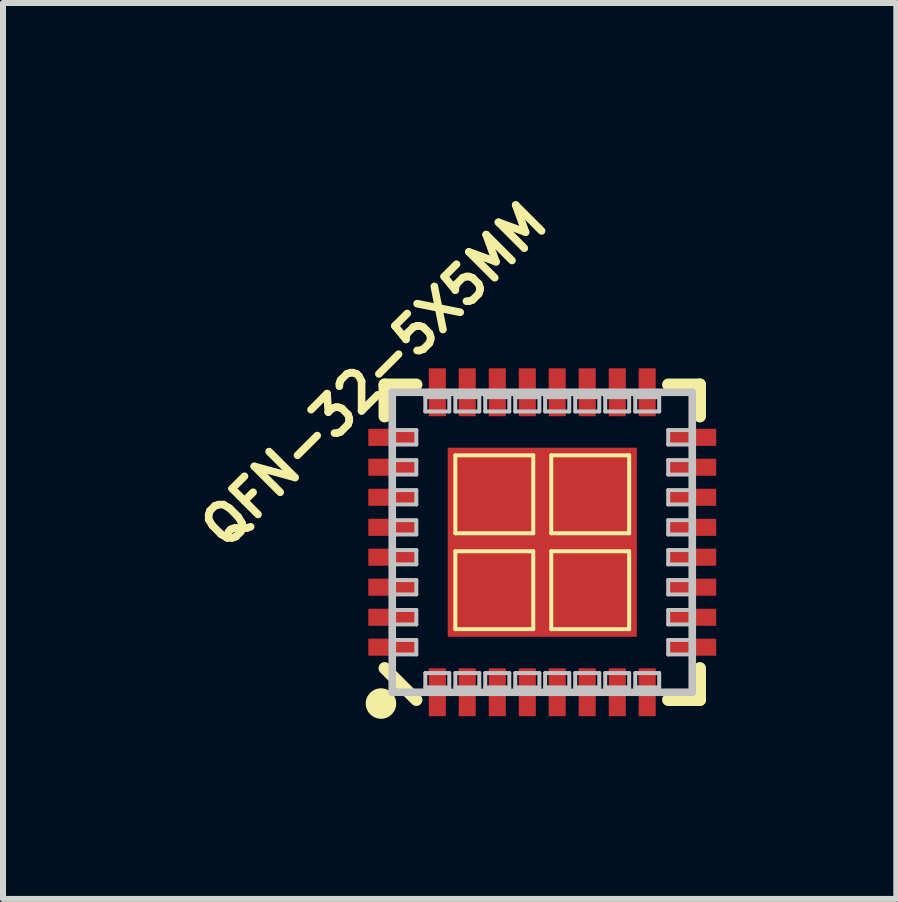
<source format=kicad_pcb>
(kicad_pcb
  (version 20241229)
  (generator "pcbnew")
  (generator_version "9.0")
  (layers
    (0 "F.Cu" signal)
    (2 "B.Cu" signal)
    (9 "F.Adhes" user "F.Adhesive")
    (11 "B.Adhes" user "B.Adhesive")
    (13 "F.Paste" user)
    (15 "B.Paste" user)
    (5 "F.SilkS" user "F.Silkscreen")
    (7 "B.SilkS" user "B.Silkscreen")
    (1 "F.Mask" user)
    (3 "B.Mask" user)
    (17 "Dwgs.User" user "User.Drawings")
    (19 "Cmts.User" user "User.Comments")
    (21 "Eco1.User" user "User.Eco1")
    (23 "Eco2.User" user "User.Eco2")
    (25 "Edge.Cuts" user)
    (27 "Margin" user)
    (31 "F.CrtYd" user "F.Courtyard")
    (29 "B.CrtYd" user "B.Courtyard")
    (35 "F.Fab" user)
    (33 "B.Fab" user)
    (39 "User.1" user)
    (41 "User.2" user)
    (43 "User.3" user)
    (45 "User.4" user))
  (footprint "QFN-32-5X5MM"
    (layer "F.Cu")
    (at 5.984 5.984)
    (property "Reference" "QFN-32-5X5MM" (at -2.794 -2.794 45) (layer "F.SilkS") (effects (font (size 0.61 0.61) (thickness 0.127))))
    (attr smd)
    (fp_line (start -2.626 -2.626) (end -2.098 -2.626) (stroke (width 0.203) (type solid)) (layer "F.SilkS"))
    (fp_line (start -2.626 -2.098) (end -2.626 -2.626) (stroke (width 0.203) (type solid)) (layer "F.SilkS"))
    (fp_line (start -2.626 2.098) (end -2.098 2.626) (stroke (width 0.203) (type solid)) (layer "F.SilkS"))
    (fp_line (start -1.448 -1.448) (end -0.15 -1.448) (stroke (width 0.066) (type solid)) (layer "F.SilkS"))
    (fp_line (start -1.448 -0.15) (end -1.448 -1.448) (stroke (width 0.066) (type solid)) (layer "F.SilkS"))
    (fp_line (start -1.448 -0.15) (end -0.15 -0.15) (stroke (width 0.066) (type solid)) (layer "F.SilkS"))
    (fp_line (start -1.448 0.15) (end -0.15 0.15) (stroke (width 0.066) (type solid)) (layer "F.SilkS"))
    (fp_line (start -1.448 1.448) (end -1.448 0.15) (stroke (width 0.066) (type solid)) (layer "F.SilkS"))
    (fp_line (start -1.448 1.448) (end -0.15 1.448) (stroke (width 0.066) (type solid)) (layer "F.SilkS"))
    (fp_line (start -0.15 -0.15) (end -0.15 -1.448) (stroke (width 0.066) (type solid)) (layer "F.SilkS"))
    (fp_line (start -0.15 1.448) (end -0.15 0.15) (stroke (width 0.066) (type solid)) (layer "F.SilkS"))
    (fp_line (start 0.15 -1.448) (end 1.448 -1.448) (stroke (width 0.066) (type solid)) (layer "F.SilkS"))
    (fp_line (start 0.15 -0.15) (end 0.15 -1.448) (stroke (width 0.066) (type solid)) (layer "F.SilkS"))
    (fp_line (start 0.15 -0.15) (end 1.448 -0.15) (stroke (width 0.066) (type solid)) (layer "F.SilkS"))
    (fp_line (start 0.15 0.15) (end 1.448 0.15) (stroke (width 0.066) (type solid)) (layer "F.SilkS"))
    (fp_line (start 0.15 1.448) (end 0.15 0.15) (stroke (width 0.066) (type solid)) (layer "F.SilkS"))
    (fp_line (start 0.15 1.448) (end 1.448 1.448) (stroke (width 0.066) (type solid)) (layer "F.SilkS"))
    (fp_line (start 1.448 -0.15) (end 1.448 -1.448) (stroke (width 0.066) (type solid)) (layer "F.SilkS"))
    (fp_line (start 1.448 1.448) (end 1.448 0.15) (stroke (width 0.066) (type solid)) (layer "F.SilkS"))
    (fp_line (start 2.098 -2.626) (end 2.626 -2.626) (stroke (width 0.203) (type solid)) (layer "F.SilkS"))
    (fp_line (start 2.626 -2.626) (end 2.626 -2.098) (stroke (width 0.203) (type solid)) (layer "F.SilkS"))
    (fp_line (start 2.626 2.098) (end 2.626 2.626) (stroke (width 0.203) (type solid)) (layer "F.SilkS"))
    (fp_line (start 2.626 2.626) (end 2.098 2.626) (stroke (width 0.203) (type solid)) (layer "F.SilkS"))
    (fp_circle (center -2.687 2.687) (end -2.687 2.433) (stroke (width 0) (type solid)) (fill yes) (layer "F.SilkS"))
    (fp_line (start -2.499 -2.499) (end -2.499 2.499) (stroke (width 0.127) (type solid)) (layer "Dwgs.User"))
    (fp_line (start -2.499 -1.869) (end -2.098 -1.869) (stroke (width 0.066) (type solid)) (layer "Dwgs.User"))
    (fp_line (start -2.499 -1.628) (end -2.499 -1.869) (stroke (width 0.066) (type solid)) (layer "Dwgs.User"))
    (fp_line (start -2.499 -1.628) (end -2.098 -1.628) (stroke (width 0.066) (type solid)) (layer "Dwgs.User"))
    (fp_line (start -2.499 -1.369) (end -2.098 -1.369) (stroke (width 0.066) (type solid)) (layer "Dwgs.User"))
    (fp_line (start -2.499 -1.128) (end -2.499 -1.369) (stroke (width 0.066) (type solid)) (layer "Dwgs.User"))
    (fp_line (start -2.499 -1.128) (end -2.098 -1.128) (stroke (width 0.066) (type solid)) (layer "Dwgs.User"))
    (fp_line (start -2.499 -0.869) (end -2.098 -0.869) (stroke (width 0.066) (type solid)) (layer "Dwgs.User"))
    (fp_line (start -2.499 -0.63) (end -2.499 -0.869) (stroke (width 0.066) (type solid)) (layer "Dwgs.User"))
    (fp_line (start -2.499 -0.63) (end -2.098 -0.63) (stroke (width 0.066) (type solid)) (layer "Dwgs.User"))
    (fp_line (start -2.499 -0.368) (end -2.098 -0.368) (stroke (width 0.066) (type solid)) (layer "Dwgs.User"))
    (fp_line (start -2.499 -0.13) (end -2.499 -0.368) (stroke (width 0.066) (type solid)) (layer "Dwgs.User"))
    (fp_line (start -2.499 -0.13) (end -2.098 -0.13) (stroke (width 0.066) (type solid)) (layer "Dwgs.User"))
    (fp_line (start -2.499 0.13) (end -2.098 0.13) (stroke (width 0.066) (type solid)) (layer "Dwgs.User"))
    (fp_line (start -2.499 0.368) (end -2.499 0.13) (stroke (width 0.066) (type solid)) (layer "Dwgs.User"))
    (fp_line (start -2.499 0.368) (end -2.098 0.368) (stroke (width 0.066) (type solid)) (layer "Dwgs.User"))
    (fp_line (start -2.499 0.63) (end -2.098 0.63) (stroke (width 0.066) (type solid)) (layer "Dwgs.User"))
    (fp_line (start -2.499 0.869) (end -2.499 0.63) (stroke (width 0.066) (type solid)) (layer "Dwgs.User"))
    (fp_line (start -2.499 0.869) (end -2.098 0.869) (stroke (width 0.066) (type solid)) (layer "Dwgs.User"))
    (fp_line (start -2.499 1.128) (end -2.098 1.128) (stroke (width 0.066) (type solid)) (layer "Dwgs.User"))
    (fp_line (start -2.499 1.369) (end -2.499 1.128) (stroke (width 0.066) (type solid)) (layer "Dwgs.User"))
    (fp_line (start -2.499 1.369) (end -2.098 1.369) (stroke (width 0.066) (type solid)) (layer "Dwgs.User"))
    (fp_line (start -2.499 1.628) (end -2.098 1.628) (stroke (width 0.066) (type solid)) (layer "Dwgs.User"))
    (fp_line (start -2.499 1.869) (end -2.499 1.628) (stroke (width 0.066) (type solid)) (layer "Dwgs.User"))
    (fp_line (start -2.499 1.869) (end -2.098 1.869) (stroke (width 0.066) (type solid)) (layer "Dwgs.User"))
    (fp_line (start -2.499 2.499) (end 2.499 2.499) (stroke (width 0.127) (type solid)) (layer "Dwgs.User"))
    (fp_line (start -2.098 -1.628) (end -2.098 -1.869) (stroke (width 0.066) (type solid)) (layer "Dwgs.User"))
    (fp_line (start -2.098 -1.128) (end -2.098 -1.369) (stroke (width 0.066) (type solid)) (layer "Dwgs.User"))
    (fp_line (start -2.098 -0.63) (end -2.098 -0.869) (stroke (width 0.066) (type solid)) (layer "Dwgs.User"))
    (fp_line (start -2.098 -0.13) (end -2.098 -0.368) (stroke (width 0.066) (type solid)) (layer "Dwgs.User"))
    (fp_line (start -2.098 0.368) (end -2.098 0.13) (stroke (width 0.066) (type solid)) (layer "Dwgs.User"))
    (fp_line (start -2.098 0.869) (end -2.098 0.63) (stroke (width 0.066) (type solid)) (layer "Dwgs.User"))
    (fp_line (start -2.098 1.369) (end -2.098 1.128) (stroke (width 0.066) (type solid)) (layer "Dwgs.User"))
    (fp_line (start -2.098 1.869) (end -2.098 1.628) (stroke (width 0.066) (type solid)) (layer "Dwgs.User"))
    (fp_line (start -1.948 -2.418) (end -1.549 -2.418) (stroke (width 0.066) (type solid)) (layer "Dwgs.User"))
    (fp_line (start -1.948 -2.179) (end -1.948 -2.418) (stroke (width 0.066) (type solid)) (layer "Dwgs.User"))
    (fp_line (start -1.948 -2.179) (end -1.549 -2.179) (stroke (width 0.066) (type solid)) (layer "Dwgs.User"))
    (fp_line (start -1.948 2.179) (end -1.549 2.179) (stroke (width 0.066) (type solid)) (layer "Dwgs.User"))
    (fp_line (start -1.948 2.418) (end -1.948 2.179) (stroke (width 0.066) (type solid)) (layer "Dwgs.User"))
    (fp_line (start -1.948 2.418) (end -1.549 2.418) (stroke (width 0.066) (type solid)) (layer "Dwgs.User"))
    (fp_line (start -1.549 -2.179) (end -1.549 -2.418) (stroke (width 0.066) (type solid)) (layer "Dwgs.User"))
    (fp_line (start -1.549 2.418) (end -1.549 2.179) (stroke (width 0.066) (type solid)) (layer "Dwgs.User"))
    (fp_line (start -1.448 -2.418) (end -1.049 -2.418) (stroke (width 0.066) (type solid)) (layer "Dwgs.User"))
    (fp_line (start -1.448 -2.179) (end -1.448 -2.418) (stroke (width 0.066) (type solid)) (layer "Dwgs.User"))
    (fp_line (start -1.448 -2.179) (end -1.049 -2.179) (stroke (width 0.066) (type solid)) (layer "Dwgs.User"))
    (fp_line (start -1.448 2.179) (end -1.049 2.179) (stroke (width 0.066) (type solid)) (layer "Dwgs.User"))
    (fp_line (start -1.448 2.418) (end -1.448 2.179) (stroke (width 0.066) (type solid)) (layer "Dwgs.User"))
    (fp_line (start -1.448 2.418) (end -1.049 2.418) (stroke (width 0.066) (type solid)) (layer "Dwgs.User"))
    (fp_line (start -1.049 -2.179) (end -1.049 -2.418) (stroke (width 0.066) (type solid)) (layer "Dwgs.User"))
    (fp_line (start -1.049 2.418) (end -1.049 2.179) (stroke (width 0.066) (type solid)) (layer "Dwgs.User"))
    (fp_line (start -0.95 -2.418) (end -0.549 -2.418) (stroke (width 0.066) (type solid)) (layer "Dwgs.User"))
    (fp_line (start -0.95 -2.179) (end -0.95 -2.418) (stroke (width 0.066) (type solid)) (layer "Dwgs.User"))
    (fp_line (start -0.95 -2.179) (end -0.549 -2.179) (stroke (width 0.066) (type solid)) (layer "Dwgs.User"))
    (fp_line (start -0.95 2.179) (end -0.549 2.179) (stroke (width 0.066) (type solid)) (layer "Dwgs.User"))
    (fp_line (start -0.95 2.418) (end -0.95 2.179) (stroke (width 0.066) (type solid)) (layer "Dwgs.User"))
    (fp_line (start -0.95 2.418) (end -0.549 2.418) (stroke (width 0.066) (type solid)) (layer "Dwgs.User"))
    (fp_line (start -0.549 -2.179) (end -0.549 -2.418) (stroke (width 0.066) (type solid)) (layer "Dwgs.User"))
    (fp_line (start -0.549 2.418) (end -0.549 2.179) (stroke (width 0.066) (type solid)) (layer "Dwgs.User"))
    (fp_line (start -0.45 -2.418) (end -0.048 -2.418) (stroke (width 0.066) (type solid)) (layer "Dwgs.User"))
    (fp_line (start -0.45 -2.179) (end -0.45 -2.418) (stroke (width 0.066) (type solid)) (layer "Dwgs.User"))
    (fp_line (start -0.45 -2.179) (end -0.048 -2.179) (stroke (width 0.066) (type solid)) (layer "Dwgs.User"))
    (fp_line (start -0.45 2.179) (end -0.048 2.179) (stroke (width 0.066) (type solid)) (layer "Dwgs.User"))
    (fp_line (start -0.45 2.418) (end -0.45 2.179) (stroke (width 0.066) (type solid)) (layer "Dwgs.User"))
    (fp_line (start -0.45 2.418) (end -0.048 2.418) (stroke (width 0.066) (type solid)) (layer "Dwgs.User"))
    (fp_line (start -0.048 -2.179) (end -0.048 -2.418) (stroke (width 0.066) (type solid)) (layer "Dwgs.User"))
    (fp_line (start -0.048 2.418) (end -0.048 2.179) (stroke (width 0.066) (type solid)) (layer "Dwgs.User"))
    (fp_line (start 0.048 -2.418) (end 0.45 -2.418) (stroke (width 0.066) (type solid)) (layer "Dwgs.User"))
    (fp_line (start 0.048 -2.179) (end 0.048 -2.418) (stroke (width 0.066) (type solid)) (layer "Dwgs.User"))
    (fp_line (start 0.048 -2.179) (end 0.45 -2.179) (stroke (width 0.066) (type solid)) (layer "Dwgs.User"))
    (fp_line (start 0.048 2.179) (end 0.45 2.179) (stroke (width 0.066) (type solid)) (layer "Dwgs.User"))
    (fp_line (start 0.048 2.418) (end 0.048 2.179) (stroke (width 0.066) (type solid)) (layer "Dwgs.User"))
    (fp_line (start 0.048 2.418) (end 0.45 2.418) (stroke (width 0.066) (type solid)) (layer "Dwgs.User"))
    (fp_line (start 0.45 -2.179) (end 0.45 -2.418) (stroke (width 0.066) (type solid)) (layer "Dwgs.User"))
    (fp_line (start 0.45 2.418) (end 0.45 2.179) (stroke (width 0.066) (type solid)) (layer "Dwgs.User"))
    (fp_line (start 0.549 -2.418) (end 0.95 -2.418) (stroke (width 0.066) (type solid)) (layer "Dwgs.User"))
    (fp_line (start 0.549 -2.179) (end 0.549 -2.418) (stroke (width 0.066) (type solid)) (layer "Dwgs.User"))
    (fp_line (start 0.549 -2.179) (end 0.95 -2.179) (stroke (width 0.066) (type solid)) (layer "Dwgs.User"))
    (fp_line (start 0.549 2.179) (end 0.95 2.179) (stroke (width 0.066) (type solid)) (layer "Dwgs.User"))
    (fp_line (start 0.549 2.418) (end 0.549 2.179) (stroke (width 0.066) (type solid)) (layer "Dwgs.User"))
    (fp_line (start 0.549 2.418) (end 0.95 2.418) (stroke (width 0.066) (type solid)) (layer "Dwgs.User"))
    (fp_line (start 0.95 -2.179) (end 0.95 -2.418) (stroke (width 0.066) (type solid)) (layer "Dwgs.User"))
    (fp_line (start 0.95 2.418) (end 0.95 2.179) (stroke (width 0.066) (type solid)) (layer "Dwgs.User"))
    (fp_line (start 1.049 -2.418) (end 1.448 -2.418) (stroke (width 0.066) (type solid)) (layer "Dwgs.User"))
    (fp_line (start 1.049 -2.179) (end 1.049 -2.418) (stroke (width 0.066) (type solid)) (layer "Dwgs.User"))
    (fp_line (start 1.049 -2.179) (end 1.448 -2.179) (stroke (width 0.066) (type solid)) (layer "Dwgs.User"))
    (fp_line (start 1.049 2.179) (end 1.448 2.179) (stroke (width 0.066) (type solid)) (layer "Dwgs.User"))
    (fp_line (start 1.049 2.418) (end 1.049 2.179) (stroke (width 0.066) (type solid)) (layer "Dwgs.User"))
    (fp_line (start 1.049 2.418) (end 1.448 2.418) (stroke (width 0.066) (type solid)) (layer "Dwgs.User"))
    (fp_line (start 1.448 -2.179) (end 1.448 -2.418) (stroke (width 0.066) (type solid)) (layer "Dwgs.User"))
    (fp_line (start 1.448 2.418) (end 1.448 2.179) (stroke (width 0.066) (type solid)) (layer "Dwgs.User"))
    (fp_line (start 1.549 -2.418) (end 1.948 -2.418) (stroke (width 0.066) (type solid)) (layer "Dwgs.User"))
    (fp_line (start 1.549 -2.179) (end 1.549 -2.418) (stroke (width 0.066) (type solid)) (layer "Dwgs.User"))
    (fp_line (start 1.549 -2.179) (end 1.948 -2.179) (stroke (width 0.066) (type solid)) (layer "Dwgs.User"))
    (fp_line (start 1.549 2.179) (end 1.948 2.179) (stroke (width 0.066) (type solid)) (layer "Dwgs.User"))
    (fp_line (start 1.549 2.418) (end 1.549 2.179) (stroke (width 0.066) (type solid)) (layer "Dwgs.User"))
    (fp_line (start 1.549 2.418) (end 1.948 2.418) (stroke (width 0.066) (type solid)) (layer "Dwgs.User"))
    (fp_line (start 1.948 -2.179) (end 1.948 -2.418) (stroke (width 0.066) (type solid)) (layer "Dwgs.User"))
    (fp_line (start 1.948 2.418) (end 1.948 2.179) (stroke (width 0.066) (type solid)) (layer "Dwgs.User"))
    (fp_line (start 2.098 -1.869) (end 2.499 -1.869) (stroke (width 0.066) (type solid)) (layer "Dwgs.User"))
    (fp_line (start 2.098 -1.628) (end 2.098 -1.869) (stroke (width 0.066) (type solid)) (layer "Dwgs.User"))
    (fp_line (start 2.098 -1.628) (end 2.499 -1.628) (stroke (width 0.066) (type solid)) (layer "Dwgs.User"))
    (fp_line (start 2.098 -1.369) (end 2.499 -1.369) (stroke (width 0.066) (type solid)) (layer "Dwgs.User"))
    (fp_line (start 2.098 -1.128) (end 2.098 -1.369) (stroke (width 0.066) (type solid)) (layer "Dwgs.User"))
    (fp_line (start 2.098 -1.128) (end 2.499 -1.128) (stroke (width 0.066) (type solid)) (layer "Dwgs.User"))
    (fp_line (start 2.098 -0.869) (end 2.499 -0.869) (stroke (width 0.066) (type solid)) (layer "Dwgs.User"))
    (fp_line (start 2.098 -0.63) (end 2.098 -0.869) (stroke (width 0.066) (type solid)) (layer "Dwgs.User"))
    (fp_line (start 2.098 -0.63) (end 2.499 -0.63) (stroke (width 0.066) (type solid)) (layer "Dwgs.User"))
    (fp_line (start 2.098 -0.368) (end 2.499 -0.368) (stroke (width 0.066) (type solid)) (layer "Dwgs.User"))
    (fp_line (start 2.098 -0.13) (end 2.098 -0.368) (stroke (width 0.066) (type solid)) (layer "Dwgs.User"))
    (fp_line (start 2.098 -0.13) (end 2.499 -0.13) (stroke (width 0.066) (type solid)) (layer "Dwgs.User"))
    (fp_line (start 2.098 0.13) (end 2.499 0.13) (stroke (width 0.066) (type solid)) (layer "Dwgs.User"))
    (fp_line (start 2.098 0.368) (end 2.098 0.13) (stroke (width 0.066) (type solid)) (layer "Dwgs.User"))
    (fp_line (start 2.098 0.368) (end 2.499 0.368) (stroke (width 0.066) (type solid)) (layer "Dwgs.User"))
    (fp_line (start 2.098 0.63) (end 2.499 0.63) (stroke (width 0.066) (type solid)) (layer "Dwgs.User"))
    (fp_line (start 2.098 0.869) (end 2.098 0.63) (stroke (width 0.066) (type solid)) (layer "Dwgs.User"))
    (fp_line (start 2.098 0.869) (end 2.499 0.869) (stroke (width 0.066) (type solid)) (layer "Dwgs.User"))
    (fp_line (start 2.098 1.128) (end 2.499 1.128) (stroke (width 0.066) (type solid)) (layer "Dwgs.User"))
    (fp_line (start 2.098 1.369) (end 2.098 1.128) (stroke (width 0.066) (type solid)) (layer "Dwgs.User"))
    (fp_line (start 2.098 1.369) (end 2.499 1.369) (stroke (width 0.066) (type solid)) (layer "Dwgs.User"))
    (fp_line (start 2.098 1.628) (end 2.499 1.628) (stroke (width 0.066) (type solid)) (layer "Dwgs.User"))
    (fp_line (start 2.098 1.869) (end 2.098 1.628) (stroke (width 0.066) (type solid)) (layer "Dwgs.User"))
    (fp_line (start 2.098 1.869) (end 2.499 1.869) (stroke (width 0.066) (type solid)) (layer "Dwgs.User"))
    (fp_line (start 2.499 -2.499) (end -2.499 -2.499) (stroke (width 0.127) (type solid)) (layer "Dwgs.User"))
    (fp_line (start 2.499 -1.628) (end 2.499 -1.869) (stroke (width 0.066) (type solid)) (layer "Dwgs.User"))
    (fp_line (start 2.499 -1.128) (end 2.499 -1.369) (stroke (width 0.066) (type solid)) (layer "Dwgs.User"))
    (fp_line (start 2.499 -0.63) (end 2.499 -0.869) (stroke (width 0.066) (type solid)) (layer "Dwgs.User"))
    (fp_line (start 2.499 -0.13) (end 2.499 -0.368) (stroke (width 0.066) (type solid)) (layer "Dwgs.User"))
    (fp_line (start 2.499 0.368) (end 2.499 0.13) (stroke (width 0.066) (type solid)) (layer "Dwgs.User"))
    (fp_line (start 2.499 0.869) (end 2.499 0.63) (stroke (width 0.066) (type solid)) (layer "Dwgs.User"))
    (fp_line (start 2.499 1.369) (end 2.499 1.128) (stroke (width 0.066) (type solid)) (layer "Dwgs.User"))
    (fp_line (start 2.499 1.869) (end 2.499 1.628) (stroke (width 0.066) (type solid)) (layer "Dwgs.User"))
    (fp_line (start 2.499 2.499) (end 2.499 -2.499) (stroke (width 0.127) (type solid)) (layer "Dwgs.User"))
    (pad "1" smd rect (at -1.748 2.499 90) (size 0.798 0.284) (layers "F.Cu" "F.Mask" "F.Paste"))
    (pad "2" smd rect (at -1.25 2.499 90) (size 0.798 0.284) (layers "F.Cu" "F.Mask" "F.Paste"))
    (pad "3" smd rect (at -0.749 2.499 90) (size 0.798 0.284) (layers "F.Cu" "F.Mask" "F.Paste"))
    (pad "4" smd rect (at -0.249 2.499 90) (size 0.798 0.284) (layers "F.Cu" "F.Mask" "F.Paste"))
    (pad "5" smd rect (at 0.249 2.499 90) (size 0.798 0.284) (layers "F.Cu" "F.Mask" "F.Paste"))
    (pad "6" smd rect (at 0.749 2.499 90) (size 0.798 0.284) (layers "F.Cu" "F.Mask" "F.Paste"))
    (pad "7" smd rect (at 1.25 2.499 90) (size 0.798 0.284) (layers "F.Cu" "F.Mask" "F.Paste"))
    (pad "8" smd rect (at 1.748 2.499 90) (size 0.798 0.284) (layers "F.Cu" "F.Mask" "F.Paste"))
    (pad "9" smd rect (at 2.499 1.748 180) (size 0.798 0.284) (layers "F.Cu" "F.Mask" "F.Paste"))
    (pad "10" smd rect (at 2.499 1.25 180) (size 0.798 0.284) (layers "F.Cu" "F.Mask" "F.Paste"))
    (pad "11" smd rect (at 2.499 0.749 180) (size 0.798 0.284) (layers "F.Cu" "F.Mask" "F.Paste"))
    (pad "12" smd rect (at 2.499 0.249 180) (size 0.798 0.284) (layers "F.Cu" "F.Mask" "F.Paste"))
    (pad "13" smd rect (at 2.499 -0.249 180) (size 0.798 0.284) (layers "F.Cu" "F.Mask" "F.Paste"))
    (pad "14" smd rect (at 2.499 -0.749 180) (size 0.798 0.284) (layers "F.Cu" "F.Mask" "F.Paste"))
    (pad "15" smd rect (at 2.499 -1.25 180) (size 0.798 0.284) (layers "F.Cu" "F.Mask" "F.Paste"))
    (pad "16" smd rect (at 2.499 -1.748 180) (size 0.798 0.284) (layers "F.Cu" "F.Mask" "F.Paste"))
    (pad "17" smd rect (at 1.748 -2.499 270) (size 0.798 0.284) (layers "F.Cu" "F.Mask" "F.Paste"))
    (pad "18" smd rect (at 1.25 -2.499 270) (size 0.798 0.284) (layers "F.Cu" "F.Mask" "F.Paste"))
    (pad "19" smd rect (at 0.749 -2.499 270) (size 0.798 0.284) (layers "F.Cu" "F.Mask" "F.Paste"))
    (pad "20" smd rect (at 0.249 -2.499 270) (size 0.798 0.284) (layers "F.Cu" "F.Mask" "F.Paste"))
    (pad "21" smd rect (at -0.249 -2.499 270) (size 0.798 0.284) (layers "F.Cu" "F.Mask" "F.Paste"))
    (pad "22" smd rect (at -0.749 -2.499 270) (size 0.798 0.284) (layers "F.Cu" "F.Mask" "F.Paste"))
    (pad "23" smd rect (at -1.25 -2.499 270) (size 0.798 0.284) (layers "F.Cu" "F.Mask" "F.Paste"))
    (pad "24" smd rect (at -1.748 -2.499 270) (size 0.798 0.284) (layers "F.Cu" "F.Mask" "F.Paste"))
    (pad "25" smd rect (at -2.499 -1.748) (size 0.798 0.284) (layers "F.Cu" "F.Mask" "F.Paste"))
    (pad "26" smd rect (at -2.499 -1.25) (size 0.798 0.284) (layers "F.Cu" "F.Mask" "F.Paste"))
    (pad "27" smd rect (at -2.499 -0.749) (size 0.798 0.284) (layers "F.Cu" "F.Mask" "F.Paste"))
    (pad "28" smd rect (at -2.499 -0.249) (size 0.798 0.284) (layers "F.Cu" "F.Mask" "F.Paste"))
    (pad "29" smd rect (at -2.499 0.249) (size 0.798 0.284) (layers "F.Cu" "F.Mask" "F.Paste"))
    (pad "30" smd rect (at -2.499 0.749) (size 0.798 0.284) (layers "F.Cu" "F.Mask" "F.Paste"))
    (pad "31" smd rect (at -2.499 1.25) (size 0.798 0.284) (layers "F.Cu" "F.Mask" "F.Paste"))
    (pad "32" smd rect (at -2.499 1.748) (size 0.798 0.284) (layers "F.Cu" "F.Mask" "F.Paste"))
    (pad "EP" smd rect (at 0 0) (size 3.15 3.15) (layers "F.Cu" "F.Mask" "F.Paste")))
  (gr_rect
    (start -3 -3)
    (end 11.882 11.926)
    (stroke (width 0.1) (type default))
    (fill no)
    (layer "Edge.Cuts")))
</source>
